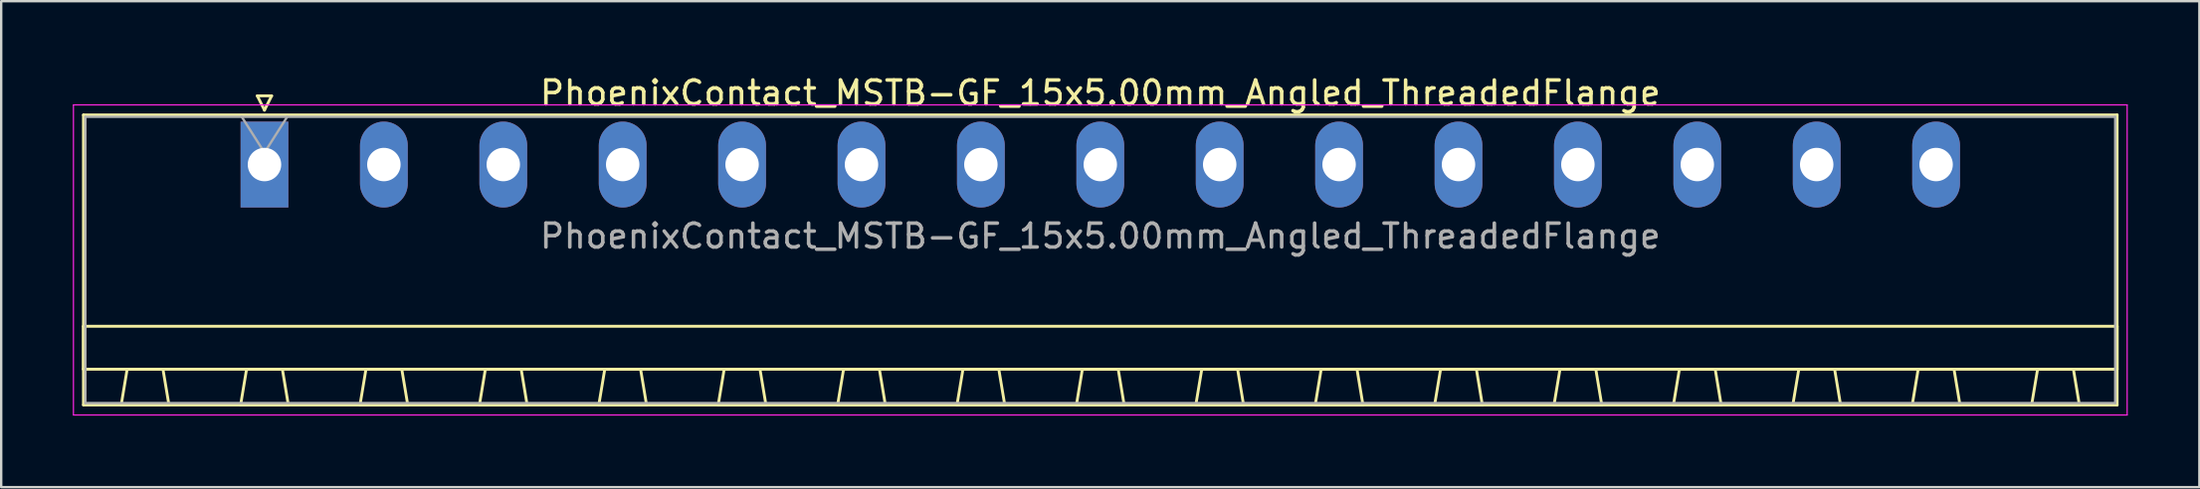
<source format=kicad_pcb>
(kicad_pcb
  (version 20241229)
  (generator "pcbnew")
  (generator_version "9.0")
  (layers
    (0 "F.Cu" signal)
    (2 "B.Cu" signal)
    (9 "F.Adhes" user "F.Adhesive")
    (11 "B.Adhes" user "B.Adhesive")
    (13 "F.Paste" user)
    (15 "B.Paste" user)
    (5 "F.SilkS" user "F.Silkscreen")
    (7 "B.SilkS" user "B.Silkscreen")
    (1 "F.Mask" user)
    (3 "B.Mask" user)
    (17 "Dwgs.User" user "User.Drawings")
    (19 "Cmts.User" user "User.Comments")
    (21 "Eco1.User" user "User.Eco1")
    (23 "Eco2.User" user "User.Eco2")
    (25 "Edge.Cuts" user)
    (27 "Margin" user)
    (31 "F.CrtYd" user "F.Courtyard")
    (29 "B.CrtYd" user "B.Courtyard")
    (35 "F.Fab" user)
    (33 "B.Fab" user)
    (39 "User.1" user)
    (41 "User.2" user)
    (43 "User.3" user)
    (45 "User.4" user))
  (footprint "PhoenixContact_MSTB-GF_15x5.00mm_Angled_ThreadedFlange"
    (layer "F.Cu")
    (at 8.025 3.848)
    (property "Reference" "PhoenixContact_MSTB-GF_15x5.00mm_Angled_ThreadedFlange" (at 35 -3 0) (layer "F.SilkS") (effects (font (size 1 1) (thickness 0.15))))
    (attr through_hole)
    (fp_line (start -7.58 -2.08) (end -7.58 10.08) (stroke (width 0.12) (type solid)) (layer "F.SilkS"))
    (fp_line (start -7.58 6.78) (end 77.58 6.78) (stroke (width 0.12) (type solid)) (layer "F.SilkS"))
    (fp_line (start -7.58 8.58) (end -7.58 6.78) (stroke (width 0.12) (type solid)) (layer "F.SilkS"))
    (fp_line (start -7.58 10.08) (end 77.58 10.08) (stroke (width 0.12) (type solid)) (layer "F.SilkS"))
    (fp_line (start -6 10.08) (end -4 10.08) (stroke (width 0.12) (type solid)) (layer "F.SilkS"))
    (fp_line (start -5.75 8.58) (end -6 10.08) (stroke (width 0.12) (type solid)) (layer "F.SilkS"))
    (fp_line (start -4.25 8.58) (end -5.75 8.58) (stroke (width 0.12) (type solid)) (layer "F.SilkS"))
    (fp_line (start -4 10.08) (end -4.25 8.58) (stroke (width 0.12) (type solid)) (layer "F.SilkS"))
    (fp_line (start -1 10.08) (end 1 10.08) (stroke (width 0.12) (type solid)) (layer "F.SilkS"))
    (fp_line (start -0.75 8.58) (end -1 10.08) (stroke (width 0.12) (type solid)) (layer "F.SilkS"))
    (fp_line (start -0.3 -2.88) (end 0.3 -2.88) (stroke (width 0.12) (type solid)) (layer "F.SilkS"))
    (fp_line (start 0 -2.28) (end -0.3 -2.88) (stroke (width 0.12) (type solid)) (layer "F.SilkS"))
    (fp_line (start 0.3 -2.88) (end 0 -2.28) (stroke (width 0.12) (type solid)) (layer "F.SilkS"))
    (fp_line (start 0.75 8.58) (end -0.75 8.58) (stroke (width 0.12) (type solid)) (layer "F.SilkS"))
    (fp_line (start 1 10.08) (end 0.75 8.58) (stroke (width 0.12) (type solid)) (layer "F.SilkS"))
    (fp_line (start 4 10.08) (end 6 10.08) (stroke (width 0.12) (type solid)) (layer "F.SilkS"))
    (fp_line (start 4.25 8.58) (end 4 10.08) (stroke (width 0.12) (type solid)) (layer "F.SilkS"))
    (fp_line (start 5.75 8.58) (end 4.25 8.58) (stroke (width 0.12) (type solid)) (layer "F.SilkS"))
    (fp_line (start 6 10.08) (end 5.75 8.58) (stroke (width 0.12) (type solid)) (layer "F.SilkS"))
    (fp_line (start 9 10.08) (end 11 10.08) (stroke (width 0.12) (type solid)) (layer "F.SilkS"))
    (fp_line (start 9.25 8.58) (end 9 10.08) (stroke (width 0.12) (type solid)) (layer "F.SilkS"))
    (fp_line (start 10.75 8.58) (end 9.25 8.58) (stroke (width 0.12) (type solid)) (layer "F.SilkS"))
    (fp_line (start 11 10.08) (end 10.75 8.58) (stroke (width 0.12) (type solid)) (layer "F.SilkS"))
    (fp_line (start 14 10.08) (end 16 10.08) (stroke (width 0.12) (type solid)) (layer "F.SilkS"))
    (fp_line (start 14.25 8.58) (end 14 10.08) (stroke (width 0.12) (type solid)) (layer "F.SilkS"))
    (fp_line (start 15.75 8.58) (end 14.25 8.58) (stroke (width 0.12) (type solid)) (layer "F.SilkS"))
    (fp_line (start 16 10.08) (end 15.75 8.58) (stroke (width 0.12) (type solid)) (layer "F.SilkS"))
    (fp_line (start 19 10.08) (end 21 10.08) (stroke (width 0.12) (type solid)) (layer "F.SilkS"))
    (fp_line (start 19.25 8.58) (end 19 10.08) (stroke (width 0.12) (type solid)) (layer "F.SilkS"))
    (fp_line (start 20.75 8.58) (end 19.25 8.58) (stroke (width 0.12) (type solid)) (layer "F.SilkS"))
    (fp_line (start 21 10.08) (end 20.75 8.58) (stroke (width 0.12) (type solid)) (layer "F.SilkS"))
    (fp_line (start 24 10.08) (end 26 10.08) (stroke (width 0.12) (type solid)) (layer "F.SilkS"))
    (fp_line (start 24.25 8.58) (end 24 10.08) (stroke (width 0.12) (type solid)) (layer "F.SilkS"))
    (fp_line (start 25.75 8.58) (end 24.25 8.58) (stroke (width 0.12) (type solid)) (layer "F.SilkS"))
    (fp_line (start 26 10.08) (end 25.75 8.58) (stroke (width 0.12) (type solid)) (layer "F.SilkS"))
    (fp_line (start 29 10.08) (end 31 10.08) (stroke (width 0.12) (type solid)) (layer "F.SilkS"))
    (fp_line (start 29.25 8.58) (end 29 10.08) (stroke (width 0.12) (type solid)) (layer "F.SilkS"))
    (fp_line (start 30.75 8.58) (end 29.25 8.58) (stroke (width 0.12) (type solid)) (layer "F.SilkS"))
    (fp_line (start 31 10.08) (end 30.75 8.58) (stroke (width 0.12) (type solid)) (layer "F.SilkS"))
    (fp_line (start 34 10.08) (end 36 10.08) (stroke (width 0.12) (type solid)) (layer "F.SilkS"))
    (fp_line (start 34.25 8.58) (end 34 10.08) (stroke (width 0.12) (type solid)) (layer "F.SilkS"))
    (fp_line (start 35.75 8.58) (end 34.25 8.58) (stroke (width 0.12) (type solid)) (layer "F.SilkS"))
    (fp_line (start 36 10.08) (end 35.75 8.58) (stroke (width 0.12) (type solid)) (layer "F.SilkS"))
    (fp_line (start 39 10.08) (end 41 10.08) (stroke (width 0.12) (type solid)) (layer "F.SilkS"))
    (fp_line (start 39.25 8.58) (end 39 10.08) (stroke (width 0.12) (type solid)) (layer "F.SilkS"))
    (fp_line (start 40.75 8.58) (end 39.25 8.58) (stroke (width 0.12) (type solid)) (layer "F.SilkS"))
    (fp_line (start 41 10.08) (end 40.75 8.58) (stroke (width 0.12) (type solid)) (layer "F.SilkS"))
    (fp_line (start 44 10.08) (end 46 10.08) (stroke (width 0.12) (type solid)) (layer "F.SilkS"))
    (fp_line (start 44.25 8.58) (end 44 10.08) (stroke (width 0.12) (type solid)) (layer "F.SilkS"))
    (fp_line (start 45.75 8.58) (end 44.25 8.58) (stroke (width 0.12) (type solid)) (layer "F.SilkS"))
    (fp_line (start 46 10.08) (end 45.75 8.58) (stroke (width 0.12) (type solid)) (layer "F.SilkS"))
    (fp_line (start 49 10.08) (end 51 10.08) (stroke (width 0.12) (type solid)) (layer "F.SilkS"))
    (fp_line (start 49.25 8.58) (end 49 10.08) (stroke (width 0.12) (type solid)) (layer "F.SilkS"))
    (fp_line (start 50.75 8.58) (end 49.25 8.58) (stroke (width 0.12) (type solid)) (layer "F.SilkS"))
    (fp_line (start 51 10.08) (end 50.75 8.58) (stroke (width 0.12) (type solid)) (layer "F.SilkS"))
    (fp_line (start 54 10.08) (end 56 10.08) (stroke (width 0.12) (type solid)) (layer "F.SilkS"))
    (fp_line (start 54.25 8.58) (end 54 10.08) (stroke (width 0.12) (type solid)) (layer "F.SilkS"))
    (fp_line (start 55.75 8.58) (end 54.25 8.58) (stroke (width 0.12) (type solid)) (layer "F.SilkS"))
    (fp_line (start 56 10.08) (end 55.75 8.58) (stroke (width 0.12) (type solid)) (layer "F.SilkS"))
    (fp_line (start 59 10.08) (end 61 10.08) (stroke (width 0.12) (type solid)) (layer "F.SilkS"))
    (fp_line (start 59.25 8.58) (end 59 10.08) (stroke (width 0.12) (type solid)) (layer "F.SilkS"))
    (fp_line (start 60.75 8.58) (end 59.25 8.58) (stroke (width 0.12) (type solid)) (layer "F.SilkS"))
    (fp_line (start 61 10.08) (end 60.75 8.58) (stroke (width 0.12) (type solid)) (layer "F.SilkS"))
    (fp_line (start 64 10.08) (end 66 10.08) (stroke (width 0.12) (type solid)) (layer "F.SilkS"))
    (fp_line (start 64.25 8.58) (end 64 10.08) (stroke (width 0.12) (type solid)) (layer "F.SilkS"))
    (fp_line (start 65.75 8.58) (end 64.25 8.58) (stroke (width 0.12) (type solid)) (layer "F.SilkS"))
    (fp_line (start 66 10.08) (end 65.75 8.58) (stroke (width 0.12) (type solid)) (layer "F.SilkS"))
    (fp_line (start 69 10.08) (end 71 10.08) (stroke (width 0.12) (type solid)) (layer "F.SilkS"))
    (fp_line (start 69.25 8.58) (end 69 10.08) (stroke (width 0.12) (type solid)) (layer "F.SilkS"))
    (fp_line (start 70.75 8.58) (end 69.25 8.58) (stroke (width 0.12) (type solid)) (layer "F.SilkS"))
    (fp_line (start 71 10.08) (end 70.75 8.58) (stroke (width 0.12) (type solid)) (layer "F.SilkS"))
    (fp_line (start 74 10.08) (end 76 10.08) (stroke (width 0.12) (type solid)) (layer "F.SilkS"))
    (fp_line (start 74.25 8.58) (end 74 10.08) (stroke (width 0.12) (type solid)) (layer "F.SilkS"))
    (fp_line (start 75.75 8.58) (end 74.25 8.58) (stroke (width 0.12) (type solid)) (layer "F.SilkS"))
    (fp_line (start 76 10.08) (end 75.75 8.58) (stroke (width 0.12) (type solid)) (layer "F.SilkS"))
    (fp_line (start 77.58 -2.08) (end -7.58 -2.08) (stroke (width 0.12) (type solid)) (layer "F.SilkS"))
    (fp_line (start 77.58 6.78) (end 77.58 8.58) (stroke (width 0.12) (type solid)) (layer "F.SilkS"))
    (fp_line (start 77.58 8.58) (end -7.58 8.58) (stroke (width 0.12) (type solid)) (layer "F.SilkS"))
    (fp_line (start 77.58 10.08) (end 77.58 -2.08) (stroke (width 0.12) (type solid)) (layer "F.SilkS"))
    (fp_line (start -8 -2.5) (end -8 10.5) (stroke (width 0.05) (type solid)) (layer "F.CrtYd"))
    (fp_line (start -8 10.5) (end 78 10.5) (stroke (width 0.05) (type solid)) (layer "F.CrtYd"))
    (fp_line (start 78 -2.5) (end -8 -2.5) (stroke (width 0.05) (type solid)) (layer "F.CrtYd"))
    (fp_line (start 78 10.5) (end 78 -2.5) (stroke (width 0.05) (type solid)) (layer "F.CrtYd"))
    (fp_line (start -7.5 -2) (end -7.5 10) (stroke (width 0.1) (type solid)) (layer "F.Fab"))
    (fp_line (start -7.5 10) (end 77.5 10) (stroke (width 0.1) (type solid)) (layer "F.Fab"))
    (fp_line (start 0 -0.5) (end -0.95 -2) (stroke (width 0.1) (type solid)) (layer "F.Fab"))
    (fp_line (start 0.95 -2) (end 0 -0.5) (stroke (width 0.1) (type solid)) (layer "F.Fab"))
    (fp_line (start 77.5 -2) (end -7.5 -2) (stroke (width 0.1) (type solid)) (layer "F.Fab"))
    (fp_line (start 77.5 10) (end 77.5 -2) (stroke (width 0.1) (type solid)) (layer "F.Fab"))
    (fp_text user "${REFERENCE}" (at 35 3 0) (layer "F.Fab") (effects (font (size 1 1) (thickness 0.15))))
    (pad "1" thru_hole rect (at 0 0) (size 2 3.6) (drill 1.4) (layers "*.Cu" "*.Mask"))
    (pad "2" thru_hole oval (at 5 0) (size 2 3.6) (drill 1.4) (layers "*.Cu" "*.Mask"))
    (pad "3" thru_hole oval (at 10 0) (size 2 3.6) (drill 1.4) (layers "*.Cu" "*.Mask"))
    (pad "4" thru_hole oval (at 15 0) (size 2 3.6) (drill 1.4) (layers "*.Cu" "*.Mask"))
    (pad "5" thru_hole oval (at 20 0) (size 2 3.6) (drill 1.4) (layers "*.Cu" "*.Mask"))
    (pad "6" thru_hole oval (at 25 0) (size 2 3.6) (drill 1.4) (layers "*.Cu" "*.Mask"))
    (pad "7" thru_hole oval (at 30 0) (size 2 3.6) (drill 1.4) (layers "*.Cu" "*.Mask"))
    (pad "8" thru_hole oval (at 35 0) (size 2 3.6) (drill 1.4) (layers "*.Cu" "*.Mask"))
    (pad "9" thru_hole oval (at 40 0) (size 2 3.6) (drill 1.4) (layers "*.Cu" "*.Mask"))
    (pad "10" thru_hole oval (at 45 0) (size 2 3.6) (drill 1.4) (layers "*.Cu" "*.Mask"))
    (pad "11" thru_hole oval (at 50 0) (size 2 3.6) (drill 1.4) (layers "*.Cu" "*.Mask"))
    (pad "12" thru_hole oval (at 55 0) (size 2 3.6) (drill 1.4) (layers "*.Cu" "*.Mask"))
    (pad "13" thru_hole oval (at 60 0) (size 2 3.6) (drill 1.4) (layers "*.Cu" "*.Mask"))
    (pad "14" thru_hole oval (at 65 0) (size 2 3.6) (drill 1.4) (layers "*.Cu" "*.Mask"))
    (pad "15" thru_hole oval (at 70 0) (size 2 3.6) (drill 1.4) (layers "*.Cu" "*.Mask")))
  (gr_rect
    (start -3 -3)
    (end 89.05 17.373)
    (stroke (width 0.1) (type default))
    (fill no)
    (layer "Edge.Cuts")))
</source>
